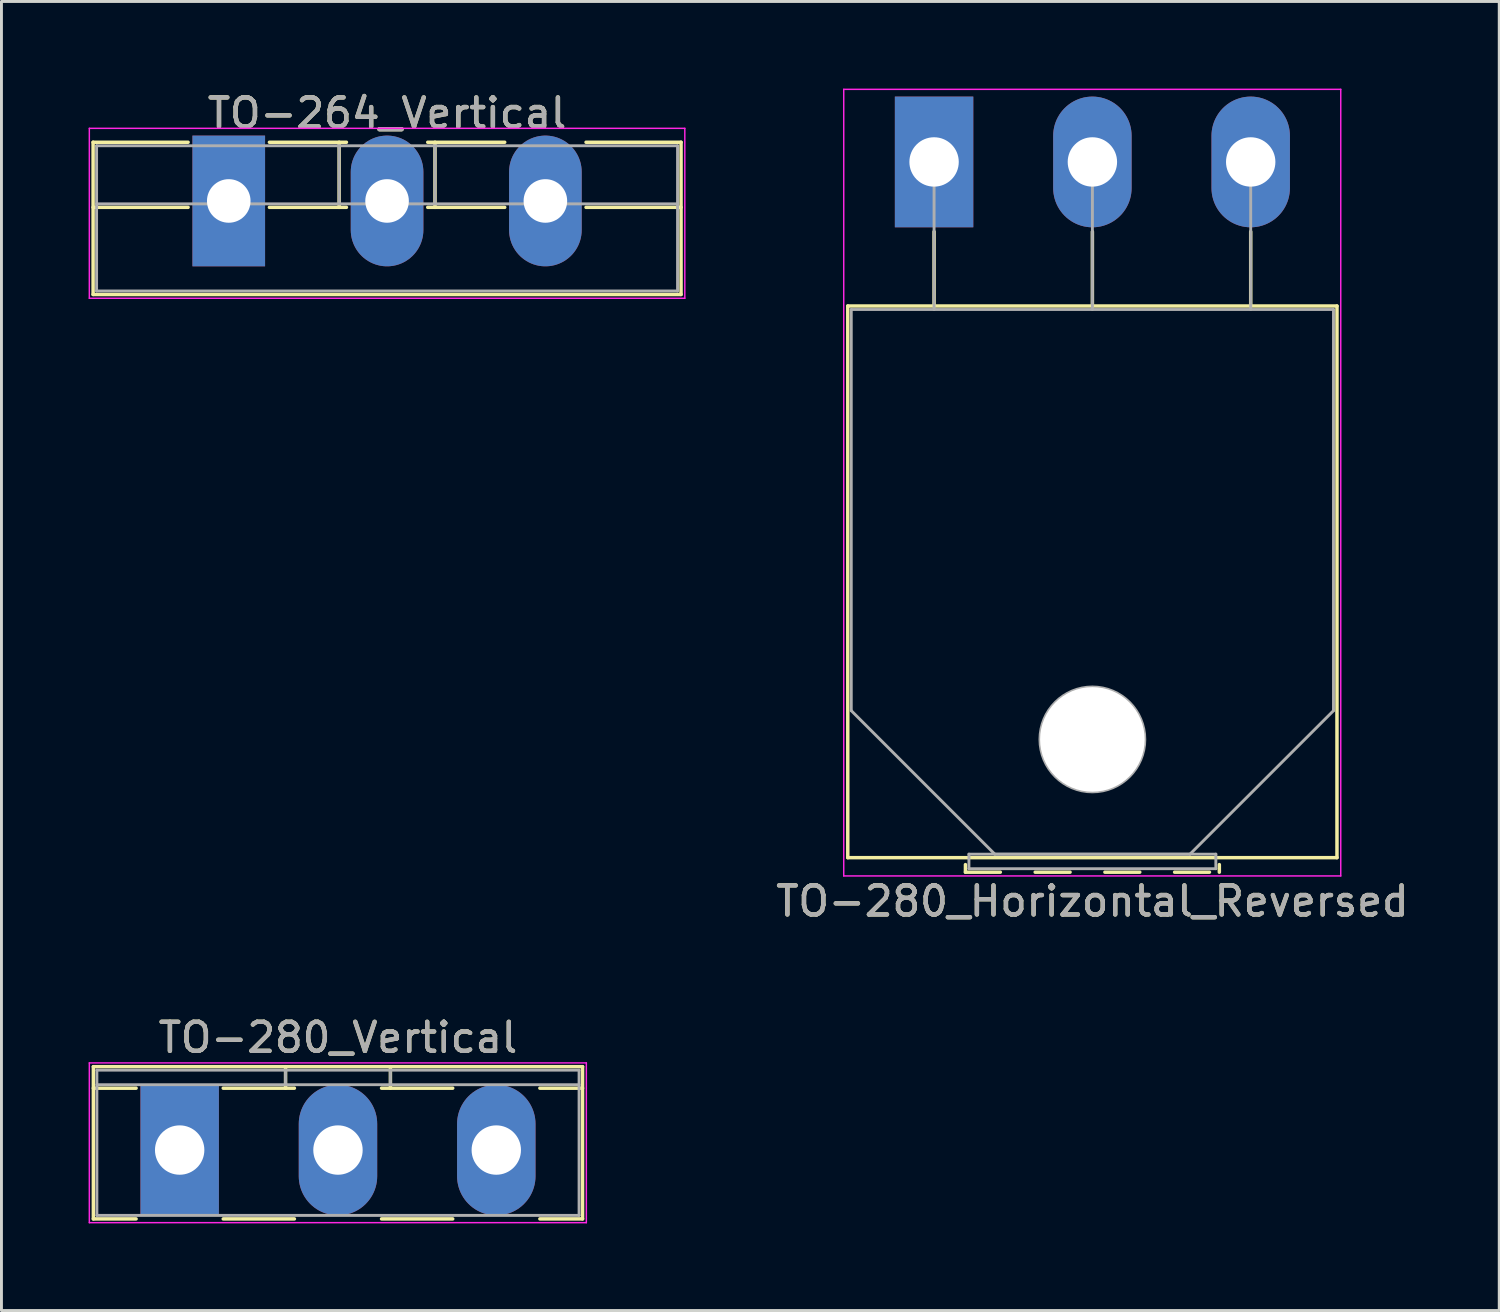
<source format=kicad_pcb>
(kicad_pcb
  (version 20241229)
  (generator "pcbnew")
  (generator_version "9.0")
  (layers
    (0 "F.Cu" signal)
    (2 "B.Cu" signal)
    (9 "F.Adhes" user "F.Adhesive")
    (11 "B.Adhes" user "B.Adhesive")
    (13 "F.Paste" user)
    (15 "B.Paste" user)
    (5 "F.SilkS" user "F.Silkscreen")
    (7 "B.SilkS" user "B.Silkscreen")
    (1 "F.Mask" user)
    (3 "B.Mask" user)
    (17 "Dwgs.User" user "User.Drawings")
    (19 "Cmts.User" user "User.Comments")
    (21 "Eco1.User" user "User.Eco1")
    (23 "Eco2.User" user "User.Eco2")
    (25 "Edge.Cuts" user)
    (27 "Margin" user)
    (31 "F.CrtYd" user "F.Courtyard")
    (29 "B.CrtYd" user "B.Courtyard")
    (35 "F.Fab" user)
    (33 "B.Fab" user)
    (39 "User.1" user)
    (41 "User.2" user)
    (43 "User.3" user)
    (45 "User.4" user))
  (footprint "TO-280_Vertical"
    (layer "F.Cu")
    (at 3.135 36.541)
    (property "Reference" "TO-280_Vertical" (at 5.45 -3.87 0) (layer "F.SilkS") (effects (font (size 1 1) (thickness 0.15))))
    (attr through_hole)
    (fp_line (start -2.971 -2.87) (end -2.971 2.37) (stroke (width 0.12) (type solid)) (layer "F.SilkS"))
    (fp_line (start -2.971 -2.87) (end 13.87 -2.87) (stroke (width 0.12) (type solid)) (layer "F.SilkS"))
    (fp_line (start -2.971 -2.13) (end -1.5 -2.13) (stroke (width 0.12) (type solid)) (layer "F.SilkS"))
    (fp_line (start -2.971 2.37) (end -1.5 2.37) (stroke (width 0.12) (type solid)) (layer "F.SilkS"))
    (fp_line (start 1.5 -2.13) (end 3.95 -2.13) (stroke (width 0.12) (type solid)) (layer "F.SilkS"))
    (fp_line (start 1.5 2.37) (end 3.95 2.37) (stroke (width 0.12) (type solid)) (layer "F.SilkS"))
    (fp_line (start 3.646 -2.87) (end 3.646 -2.13) (stroke (width 0.12) (type solid)) (layer "F.SilkS"))
    (fp_line (start 6.95 -2.13) (end 9.4 -2.13) (stroke (width 0.12) (type solid)) (layer "F.SilkS"))
    (fp_line (start 6.95 2.37) (end 9.4 2.37) (stroke (width 0.12) (type solid)) (layer "F.SilkS"))
    (fp_line (start 7.255 -2.87) (end 7.255 -2.13) (stroke (width 0.12) (type solid)) (layer "F.SilkS"))
    (fp_line (start 12.4 -2.13) (end 13.87 -2.13) (stroke (width 0.12) (type solid)) (layer "F.SilkS"))
    (fp_line (start 12.4 2.37) (end 13.87 2.37) (stroke (width 0.12) (type solid)) (layer "F.SilkS"))
    (fp_line (start 13.87 -2.87) (end 13.87 2.37) (stroke (width 0.12) (type solid)) (layer "F.SilkS"))
    (fp_line (start -3.11 -3) (end -3.11 2.5) (stroke (width 0.05) (type solid)) (layer "F.CrtYd"))
    (fp_line (start -3.11 2.5) (end 14 2.5) (stroke (width 0.05) (type solid)) (layer "F.CrtYd"))
    (fp_line (start 14 -3) (end -3.11 -3) (stroke (width 0.05) (type solid)) (layer "F.CrtYd"))
    (fp_line (start 14 2.5) (end 14 -3) (stroke (width 0.05) (type solid)) (layer "F.CrtYd"))
    (fp_line (start -2.85 -2.75) (end -2.85 2.25) (stroke (width 0.1) (type solid)) (layer "F.Fab"))
    (fp_line (start -2.85 -2.25) (end 13.75 -2.25) (stroke (width 0.1) (type solid)) (layer "F.Fab"))
    (fp_line (start -2.85 2.25) (end 13.75 2.25) (stroke (width 0.1) (type solid)) (layer "F.Fab"))
    (fp_line (start 3.645 -2.75) (end 3.645 -2.25) (stroke (width 0.1) (type solid)) (layer "F.Fab"))
    (fp_line (start 7.255 -2.75) (end 7.255 -2.25) (stroke (width 0.1) (type solid)) (layer "F.Fab"))
    (fp_line (start 13.75 -2.75) (end -2.85 -2.75) (stroke (width 0.1) (type solid)) (layer "F.Fab"))
    (fp_line (start 13.75 2.25) (end 13.75 -2.75) (stroke (width 0.1) (type solid)) (layer "F.Fab"))
    (fp_text user "${REFERENCE}" (at 5.45 -3.87 0) (layer "F.Fab") (effects (font (size 1 1) (thickness 0.15))))
    (pad "1" thru_hole rect (at 0 0) (size 2.7 4.5) (drill 1.7) (layers "*.Cu" "*.Mask"))
    (pad "2" thru_hole oval (at 5.45 0) (size 2.7 4.5) (drill 1.7) (layers "*.Cu" "*.Mask"))
    (pad "3" thru_hole oval (at 10.9 0) (size 2.7 4.5) (drill 1.7) (layers "*.Cu" "*.Mask")))
  (footprint "TO-264_Vertical"
    (layer "F.Cu")
    (at 4.825 3.868)
    (property "Reference" "TO-264_Vertical" (at 5.45 -3.02 0) (layer "F.SilkS") (effects (font (size 1 1) (thickness 0.15))))
    (attr through_hole)
    (fp_line (start -4.67 -2.021) (end -4.67 3.22) (stroke (width 0.12) (type solid)) (layer "F.SilkS"))
    (fp_line (start -4.67 -2.021) (end -1.4 -2.021) (stroke (width 0.12) (type solid)) (layer "F.SilkS"))
    (fp_line (start -4.67 0.22) (end -1.4 0.22) (stroke (width 0.12) (type solid)) (layer "F.SilkS"))
    (fp_line (start -4.67 3.22) (end 15.57 3.22) (stroke (width 0.12) (type solid)) (layer "F.SilkS"))
    (fp_line (start 1.4 -2.021) (end 4.051 -2.021) (stroke (width 0.12) (type solid)) (layer "F.SilkS"))
    (fp_line (start 1.4 0.22) (end 4.051 0.22) (stroke (width 0.12) (type solid)) (layer "F.SilkS"))
    (fp_line (start 3.8 -2.021) (end 3.8 0.22) (stroke (width 0.12) (type solid)) (layer "F.SilkS"))
    (fp_line (start 6.85 -2.021) (end 9.5 -2.021) (stroke (width 0.12) (type solid)) (layer "F.SilkS"))
    (fp_line (start 6.85 0.22) (end 9.5 0.22) (stroke (width 0.12) (type solid)) (layer "F.SilkS"))
    (fp_line (start 7.1 -2.021) (end 7.1 0.22) (stroke (width 0.12) (type solid)) (layer "F.SilkS"))
    (fp_line (start 12.3 -2.021) (end 15.57 -2.021) (stroke (width 0.12) (type solid)) (layer "F.SilkS"))
    (fp_line (start 12.3 0.22) (end 15.57 0.22) (stroke (width 0.12) (type solid)) (layer "F.SilkS"))
    (fp_line (start 15.57 -2.021) (end 15.57 3.22) (stroke (width 0.12) (type solid)) (layer "F.SilkS"))
    (fp_line (start -4.8 -2.5) (end -4.8 3.35) (stroke (width 0.05) (type solid)) (layer "F.CrtYd"))
    (fp_line (start -4.8 3.35) (end 15.7 3.35) (stroke (width 0.05) (type solid)) (layer "F.CrtYd"))
    (fp_line (start 15.7 -2.5) (end -4.8 -2.5) (stroke (width 0.05) (type solid)) (layer "F.CrtYd"))
    (fp_line (start 15.7 3.35) (end 15.7 -2.5) (stroke (width 0.05) (type solid)) (layer "F.CrtYd"))
    (fp_line (start -4.55 -1.9) (end -4.55 3.1) (stroke (width 0.1) (type solid)) (layer "F.Fab"))
    (fp_line (start -4.55 0.1) (end 15.45 0.1) (stroke (width 0.1) (type solid)) (layer "F.Fab"))
    (fp_line (start -4.55 3.1) (end 15.45 3.1) (stroke (width 0.1) (type solid)) (layer "F.Fab"))
    (fp_line (start 3.8 -1.9) (end 3.8 0.1) (stroke (width 0.1) (type solid)) (layer "F.Fab"))
    (fp_line (start 7.1 -1.9) (end 7.1 0.1) (stroke (width 0.1) (type solid)) (layer "F.Fab"))
    (fp_line (start 15.45 -1.9) (end -4.55 -1.9) (stroke (width 0.1) (type solid)) (layer "F.Fab"))
    (fp_line (start 15.45 3.1) (end 15.45 -1.9) (stroke (width 0.1) (type solid)) (layer "F.Fab"))
    (fp_text user "${REFERENCE}" (at 5.45 -3.02 0) (layer "F.Fab") (effects (font (size 1 1) (thickness 0.15))))
    (pad "1" thru_hole rect (at 0 0) (size 2.5 4.5) (drill 1.5) (layers "*.Cu" "*.Mask"))
    (pad "2" thru_hole oval (at 5.45 0) (size 2.5 4.5) (drill 1.5) (layers "*.Cu" "*.Mask"))
    (pad "3" thru_hole oval (at 10.9 0) (size 2.5 4.5) (drill 1.5) (layers "*.Cu" "*.Mask")))
  (footprint "TO-280_Horizontal_Reversed"
    (layer "F.Cu")
    (at 29.106 2.525)
    (property "Reference" "TO-280_Horizontal_Reversed" (at 5.45 25.45 0) (layer "F.SilkS") (effects (font (size 1 1) (thickness 0.15))))
    (attr through_hole)
    (fp_line (start -2.971 4.96) (end -2.971 23.95) (stroke (width 0.12) (type solid)) (layer "F.SilkS"))
    (fp_line (start -2.971 4.96) (end 13.87 4.96) (stroke (width 0.12) (type solid)) (layer "F.SilkS"))
    (fp_line (start -2.971 23.95) (end 13.87 23.95) (stroke (width 0.12) (type solid)) (layer "F.SilkS"))
    (fp_line (start 0 2.4) (end 0 4.96) (stroke (width 0.12) (type solid)) (layer "F.SilkS"))
    (fp_line (start 1.08 24.19) (end 1.08 24.45) (stroke (width 0.12) (type solid)) (layer "F.SilkS"))
    (fp_line (start 1.08 24.45) (end 2.28 24.45) (stroke (width 0.12) (type solid)) (layer "F.SilkS"))
    (fp_line (start 3.481 24.45) (end 4.681 24.45) (stroke (width 0.12) (type solid)) (layer "F.SilkS"))
    (fp_line (start 5.45 2.4) (end 5.45 4.96) (stroke (width 0.12) (type solid)) (layer "F.SilkS"))
    (fp_line (start 5.881 24.45) (end 7.081 24.45) (stroke (width 0.12) (type solid)) (layer "F.SilkS"))
    (fp_line (start 8.281 24.45) (end 9.48 24.45) (stroke (width 0.12) (type solid)) (layer "F.SilkS"))
    (fp_line (start 9.82 24.19) (end 9.82 24.45) (stroke (width 0.12) (type solid)) (layer "F.SilkS"))
    (fp_line (start 10.9 2.4) (end 10.9 4.96) (stroke (width 0.12) (type solid)) (layer "F.SilkS"))
    (fp_line (start 13.87 4.96) (end 13.87 23.95) (stroke (width 0.12) (type solid)) (layer "F.SilkS"))
    (fp_line (start -3.11 -2.5) (end -3.11 24.58) (stroke (width 0.05) (type solid)) (layer "F.CrtYd"))
    (fp_line (start -3.11 24.58) (end 14 24.58) (stroke (width 0.05) (type solid)) (layer "F.CrtYd"))
    (fp_line (start 14 -2.5) (end -3.11 -2.5) (stroke (width 0.05) (type solid)) (layer "F.CrtYd"))
    (fp_line (start 14 24.58) (end 14 -2.5) (stroke (width 0.05) (type solid)) (layer "F.CrtYd"))
    (fp_line (start -2.851 5.08) (end -2.851 18.89) (stroke (width 0.1) (type solid)) (layer "F.Fab"))
    (fp_line (start -2.851 18.89) (end 2.09 23.83) (stroke (width 0.1) (type solid)) (layer "F.Fab"))
    (fp_line (start 0 5.08) (end 0 0) (stroke (width 0.1) (type solid)) (layer "F.Fab"))
    (fp_line (start 1.2 23.83) (end 1.2 24.33) (stroke (width 0.1) (type solid)) (layer "F.Fab"))
    (fp_line (start 1.2 24.33) (end 9.7 24.33) (stroke (width 0.1) (type solid)) (layer "F.Fab"))
    (fp_line (start 2.09 23.83) (end 8.81 23.83) (stroke (width 0.1) (type solid)) (layer "F.Fab"))
    (fp_line (start 5.45 5.08) (end 5.45 0) (stroke (width 0.1) (type solid)) (layer "F.Fab"))
    (fp_line (start 8.81 23.83) (end 13.75 18.89) (stroke (width 0.1) (type solid)) (layer "F.Fab"))
    (fp_line (start 9.7 23.83) (end 1.2 23.83) (stroke (width 0.1) (type solid)) (layer "F.Fab"))
    (fp_line (start 9.7 24.33) (end 9.7 23.83) (stroke (width 0.1) (type solid)) (layer "F.Fab"))
    (fp_line (start 10.9 5.08) (end 10.9 0) (stroke (width 0.1) (type solid)) (layer "F.Fab"))
    (fp_line (start 13.75 5.08) (end -2.851 5.08) (stroke (width 0.1) (type solid)) (layer "F.Fab"))
    (fp_line (start 13.75 18.89) (end 13.75 5.08) (stroke (width 0.1) (type solid)) (layer "F.Fab"))
    (fp_circle (center 5.45 19.88) (end 7.255 19.88) (stroke (width 0.1) (type solid)) (fill no) (layer "F.Fab"))
    (fp_text user "${REFERENCE}" (at 5.45 25.45 0) (layer "F.Fab") (effects (font (size 1 1) (thickness 0.15))))
    (pad "" np_thru_hole oval (at 5.45 19.88) (size 3.6 3.6) (drill 3.6) (layers "*.Cu" "*.Mask"))
    (pad "1" thru_hole rect (at 0 0) (size 2.7 4.5) (drill 1.7) (layers "*.Cu" "*.Mask"))
    (pad "2" thru_hole oval (at 5.45 0) (size 2.7 4.5) (drill 1.7) (layers "*.Cu" "*.Mask"))
    (pad "3" thru_hole oval (at 10.9 0) (size 2.7 4.5) (drill 1.7) (layers "*.Cu" "*.Mask")))
  (gr_rect
    (start -3 -3)
    (end 48.562 42.066)
    (stroke (width 0.1) (type default))
    (fill no)
    (layer "Edge.Cuts")))
</source>
